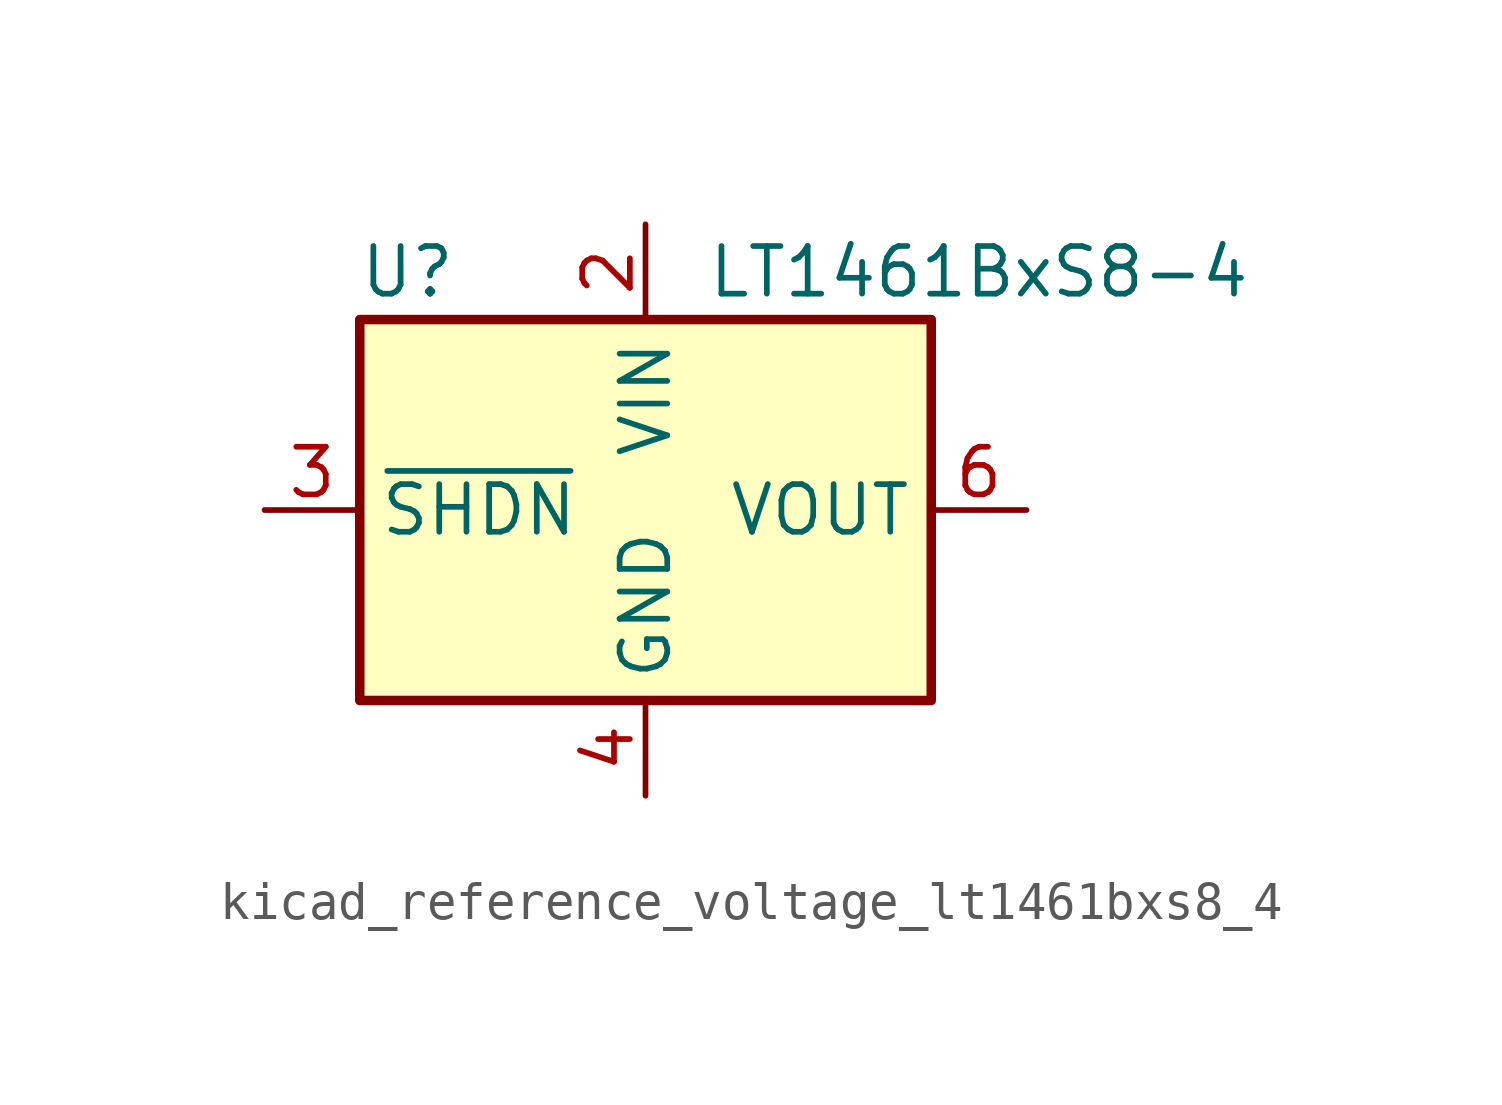
<source format=kicad_sym>
(kicad_symbol_lib
  (version 20220914)
  (generator kicad_symbol_editor)
  (symbol "kicad_reference_voltage_lt1461bxs8_4"
    (property "Reference" "U"
      (at -6.35 6.35 0)
      (effects (font (size 1.27 1.27))))
    (property "Value" "LT1461BxS8-4"
      (at 8.89 6.35 0)
      (effects (font (size 1.27 1.27))))
    (symbol "kicad_reference_voltage_lt1461bxs8_4_1_1"
      (rectangle (start -7.62 5.08) (end 7.62 -5.08) (stroke (width 0.254) (type default)) (fill (type background)))
      (pin no_connect line (at 7.62 -2.54 180) (length 2.54) hide (name "DNC" (effects (font (size 1.27 1.27)))) (number "1" (effects (font (size 1.27 1.27)))))
      (pin power_in line (at 0 7.62 270) (length 2.54) (name "VIN" (effects (font (size 1.27 1.27)))) (number "2" (effects (font (size 1.27 1.27)))))
      (pin input line (at -10.16 0 0) (length 2.54) (name "~{SHDN}" (effects (font (size 1.27 1.27)))) (number "3" (effects (font (size 1.27 1.27)))))
      (pin power_in line (at 0 -7.62 90) (length 2.54) (name "GND" (effects (font (size 1.27 1.27)))) (number "4" (effects (font (size 1.27 1.27)))))
      (pin no_connect line (at -7.62 -2.54 0) (length 2.54) hide (name "DNC" (effects (font (size 1.27 1.27)))) (number "5" (effects (font (size 1.27 1.27)))))
      (pin power_out line (at 10.16 0 180) (length 2.54) (name "VOUT" (effects (font (size 1.27 1.27)))) (number "6" (effects (font (size 1.27 1.27)))))
      (pin no_connect line (at -7.62 2.54 0) (length 2.54) hide (name "DNC" (effects (font (size 1.27 1.27)))) (number "7" (effects (font (size 1.27 1.27)))))
      (pin no_connect line (at 7.62 2.54 180) (length 2.54) hide (name "DNC" (effects (font (size 1.27 1.27)))) (number "8" (effects (font (size 1.27 1.27))))))))
</source>
